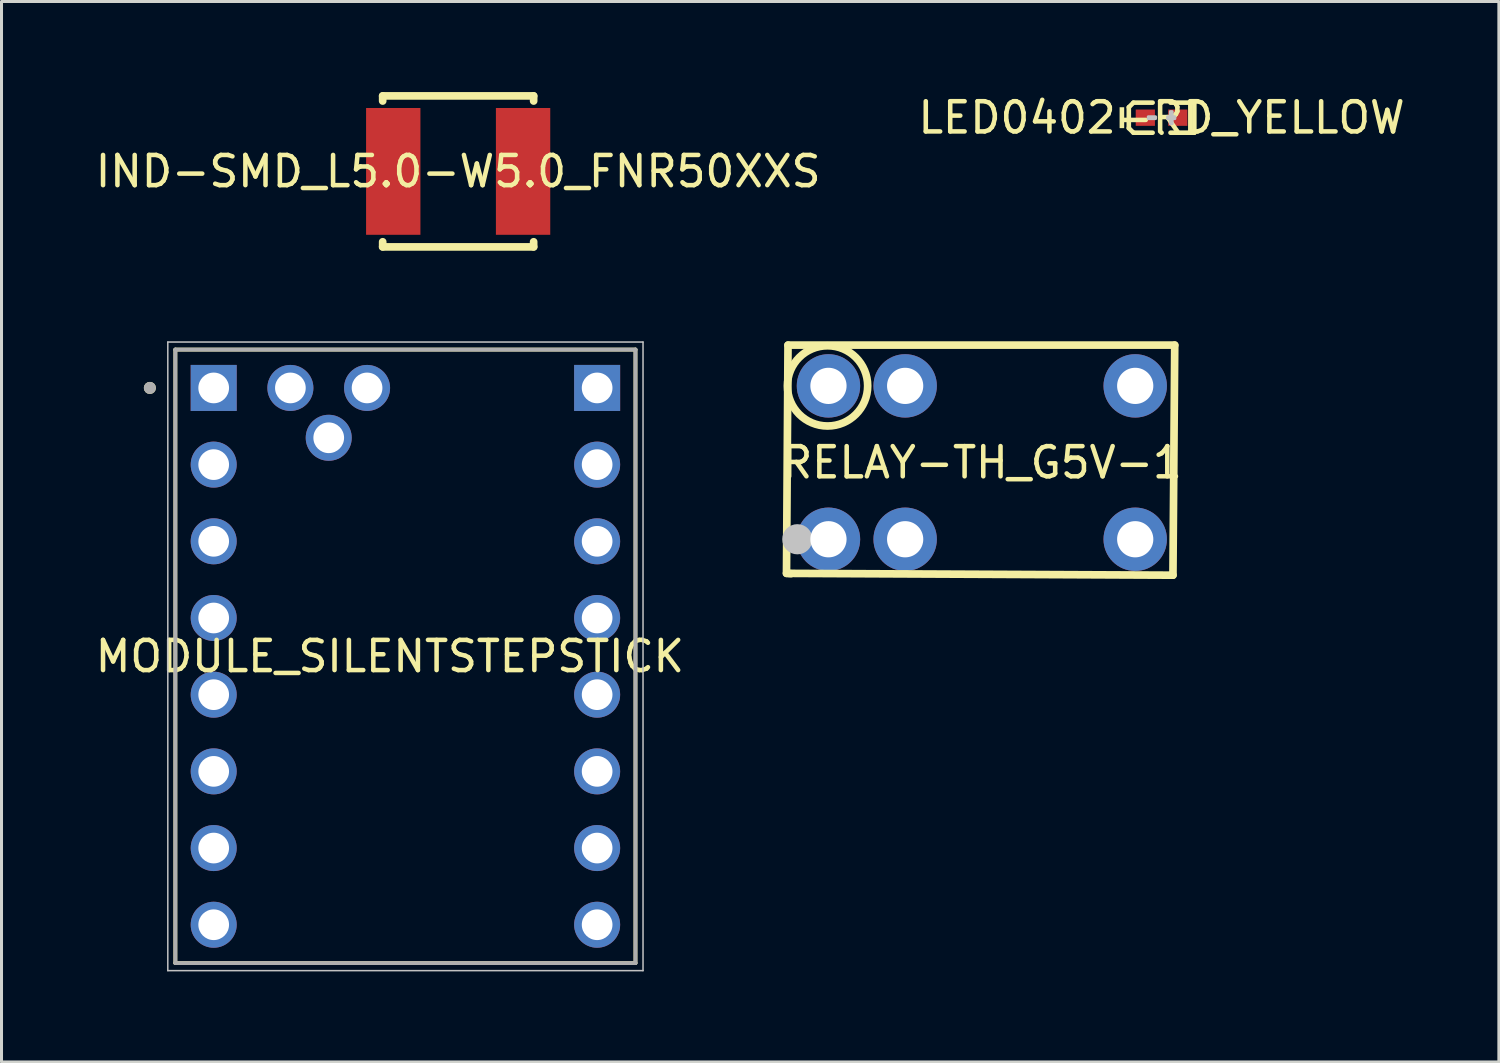
<source format=kicad_pcb>
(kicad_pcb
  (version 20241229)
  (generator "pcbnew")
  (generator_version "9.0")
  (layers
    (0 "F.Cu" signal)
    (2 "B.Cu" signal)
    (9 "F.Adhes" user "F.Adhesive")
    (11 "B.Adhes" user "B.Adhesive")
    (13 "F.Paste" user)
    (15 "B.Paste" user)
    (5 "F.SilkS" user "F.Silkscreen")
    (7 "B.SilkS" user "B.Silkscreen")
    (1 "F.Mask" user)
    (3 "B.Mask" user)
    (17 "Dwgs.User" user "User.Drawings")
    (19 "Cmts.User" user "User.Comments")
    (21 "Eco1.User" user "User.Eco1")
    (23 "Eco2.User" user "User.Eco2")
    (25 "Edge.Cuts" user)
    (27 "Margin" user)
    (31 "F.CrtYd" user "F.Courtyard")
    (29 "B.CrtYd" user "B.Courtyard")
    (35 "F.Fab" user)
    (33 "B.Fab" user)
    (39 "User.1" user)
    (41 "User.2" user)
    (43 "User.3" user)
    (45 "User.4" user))
  (footprint "LED0402-RD_YELLOW"
    (layer "F.Cu")
    (at 35.423 0.848)
    (property "Reference" "LED0402-RD_YELLOW" (at 0 0 0) (unlocked yes) (layer "F.SilkS") (effects (font (size 1 1) (thickness 0.15))))
    (fp_line (start -1.085 -0.346) (end -0.932 -0.498) (stroke (width 0.152) (type default)) (layer "F.SilkS"))
    (fp_line (start -1.085 0.346) (end -1.085 -0.346) (stroke (width 0.152) (type default)) (layer "F.SilkS"))
    (fp_line (start -0.932 -0.498) (end -0.296 -0.498) (stroke (width 0.152) (type default)) (layer "F.SilkS"))
    (fp_line (start -0.932 0.498) (end -1.085 0.346) (stroke (width 0.152) (type default)) (layer "F.SilkS"))
    (fp_line (start -0.296 0.498) (end -0.932 0.498) (stroke (width 0.152) (type default)) (layer "F.SilkS"))
    (fp_line (start 0.296 0.498) (end 1.085 0.498) (stroke (width 0.152) (type default)) (layer "F.SilkS"))
    (fp_line (start 1.085 -0.498) (end 0.296 -0.498) (stroke (width 0.152) (type default)) (layer "F.SilkS"))
    (fp_line (start 1.085 0.498) (end 1.085 -0.498) (stroke (width 0.152) (type default)) (layer "F.SilkS"))
    (fp_circle (center 0 -0.498) (end 0.038 -0.498) (stroke (width 0.076) (type default)) (fill no) (layer "F.SilkS"))
    (fp_circle (center 0 0.498) (end 0.038 0.498) (stroke (width 0.076) (type default)) (fill no) (layer "F.SilkS"))
    (fp_poly (pts (xy -1.238 0.346) (xy -1.238 -0.346) (xy -1.39 -0.346) (xy -1.39 0.346)) (stroke (width 0) (type default)) (fill yes) (layer "F.SilkS"))
    (fp_poly (pts (xy -0.198 0.23) (xy -0.198 -0.23) (xy -0.238 -0.27) (xy -0.817 -0.27) (xy -0.857 -0.23) (xy -0.857 0.23) (xy -0.817 0.27) (xy -0.238 0.27)) (stroke (width 0) (type default)) (fill yes) (layer "F.Paste"))
    (fp_poly (pts (xy 0.198 0.23) (xy 0.198 -0.23) (xy 0.238 -0.27) (xy 0.817 -0.27) (xy 0.857 -0.23) (xy 0.857 0.23) (xy 0.817 0.27) (xy 0.238 0.27)) (stroke (width 0) (type default)) (fill yes) (layer "F.Paste"))
    (fp_poly (pts (xy -0.44 0.03) (xy -0.44 -0.03) (xy -0.2 -0.03) (xy -0.2 0.03)) (stroke (width 0.1) (type default)) (fill no) (layer "Dwgs.User"))
    (fp_poly (pts (xy 0.35 0.2) (xy 0.35 -0.2) (xy 0.29 -0.2) (xy 0.29 0.2)) (stroke (width 0.1) (type default)) (fill no) (layer "Dwgs.User"))
    (fp_poly (pts (xy 0.44 0.03) (xy 0.44 -0.03) (xy 0.2 -0.03) (xy 0.2 0.03)) (stroke (width 0.1) (type default)) (fill no) (layer "Dwgs.User"))
    (fp_poly (pts (xy -0.5 0.25) (xy -0.5 -0.25) (xy -0.3 -0.25) (xy -0.3 0.25)) (stroke (width 0.1) (type default)) (fill no) (layer "User.1"))
    (fp_poly (pts (xy 0.5 0.25) (xy 0.5 -0.25) (xy 0.3 -0.25) (xy 0.3 0.25)) (stroke (width 0.1) (type default)) (fill no) (layer "User.1"))
    (fp_line (start -0.5 -0.25) (end 0.5 -0.25) (stroke (width 0.051) (type default)) (layer "User.2"))
    (fp_line (start -0.5 0.25) (end -0.5 -0.25) (stroke (width 0.051) (type default)) (layer "User.2"))
    (fp_line (start 0.5 -0.25) (end 0.5 0.25) (stroke (width 0.051) (type default)) (layer "User.2"))
    (fp_line (start 0.5 0.25) (end -0.5 0.25) (stroke (width 0.051) (type default)) (layer "User.2"))
    (fp_poly (pts (xy -0.44 0.25) (xy -0.458 0.208) (xy -0.5 0.19) (xy -0.542 0.208) (xy -0.56 0.25) (xy -0.542 0.292) (xy -0.5 0.31) (xy -0.458 0.292)) (stroke (width 0.1) (type default)) (fill no) (layer "User.3"))
    (pad "1" smd rect (at -0.538 0) (size 0.636 0.54) (layers "F.Cu" "F.Mask" "F.Paste"))
    (pad "2" smd rect (at 0.538 0) (size 0.636 0.54) (layers "F.Cu" "F.Mask" "F.Paste")))
  (footprint "IND-SMD_L5.0-W5.0_FNR50XXS"
    (layer "F.Cu")
    (at 12.125 2.627)
    (property "Reference" "IND-SMD_L5.0-W5.0_FNR50XXS" (at 0 0 0) (unlocked yes) (layer "F.SilkS") (effects (font (size 1 1) (thickness 0.15))))
    (fp_line (start -2.5 -2.5) (end -2.5 -2.331) (stroke (width 0.254) (type default)) (layer "F.SilkS"))
    (fp_line (start -2.5 -2.5) (end 2.5 -2.5) (stroke (width 0.254) (type default)) (layer "F.SilkS"))
    (fp_line (start -2.5 2.331) (end -2.5 2.5) (stroke (width 0.254) (type default)) (layer "F.SilkS"))
    (fp_line (start -2.5 2.5) (end 2.5 2.5) (stroke (width 0.254) (type default)) (layer "F.SilkS"))
    (fp_line (start 2.5 -2.331) (end 2.5 -2.5) (stroke (width 0.254) (type default)) (layer "F.SilkS"))
    (fp_line (start 2.5 2.5) (end 2.5 2.331) (stroke (width 0.254) (type default)) (layer "F.SilkS"))
    (fp_poly (pts (xy -2.5 -2) (xy -1.25 -2) (xy -1.25 2) (xy -2.5 2)) (stroke (width 0.1) (type default)) (fill no) (layer "User.1"))
    (fp_poly (pts (xy 2.5 2) (xy 1.25 2) (xy 1.25 -2) (xy 2.5 -2)) (stroke (width 0.1) (type default)) (fill no) (layer "User.1"))
    (fp_line (start -2.5 -2.5) (end 2.5 -2.5) (stroke (width 0.051) (type default)) (layer "User.2"))
    (fp_line (start -2.5 2.5) (end -2.5 -2.5) (stroke (width 0.051) (type default)) (layer "User.2"))
    (fp_line (start 2.5 -2.5) (end 2.5 2.5) (stroke (width 0.051) (type default)) (layer "User.2"))
    (fp_line (start 2.5 2.5) (end -2.5 2.5) (stroke (width 0.051) (type default)) (layer "User.2"))
    (fp_poly (pts (xy -2.44 2.5) (xy -2.458 2.458) (xy -2.5 2.44) (xy -2.542 2.458) (xy -2.56 2.5) (xy -2.542 2.542) (xy -2.5 2.56) (xy -2.458 2.542)) (stroke (width 0.1) (type default)) (fill no) (layer "User.3"))
    (pad "1" smd rect (at -2.15 0) (size 1.8 4.2) (layers "F.Cu" "F.Mask" "F.Paste"))
    (pad "2" smd rect (at 2.15 0) (size 1.8 4.2) (layers "F.Cu" "F.Mask" "F.Paste")))
  (footprint "RELAY-TH_G5V-1"
    (layer "F.Cu")
    (at 29.47 12.271)
    (property "Reference" "RELAY-TH_G5V-1" (at 0 0 0) (unlocked yes) (layer "F.SilkS") (effects (font (size 1 1) (thickness 0.15))))
    (fp_line (start -6.47 3.67) (end -6.42 -3.89) (stroke (width 0.254) (type default)) (layer "F.SilkS"))
    (fp_line (start -6.42 -3.89) (end 6.389 -3.89) (stroke (width 0.254) (type default)) (layer "F.SilkS"))
    (fp_line (start -6.32 3.68) (end -6.47 3.67) (stroke (width 0.254) (type default)) (layer "F.SilkS"))
    (fp_line (start 6.33 3.73) (end -6.4 3.67) (stroke (width 0.254) (type default)) (layer "F.SilkS"))
    (fp_line (start 6.389 -3.89) (end 6.33 3.73) (stroke (width 0.254) (type default)) (layer "F.SilkS"))
    (fp_circle (center -5.11 -2.54) (end -3.781 -2.54) (stroke (width 0.254) (type default)) (fill no) (layer "F.SilkS"))
    (fp_circle (center -6.11 2.54) (end -5.86 2.54) (stroke (width 0.5) (type default)) (fill no) (layer "Dwgs.User"))
    (fp_poly (pts (xy -4.83 -2.29) (xy -5.33 -2.29) (xy -5.33 -2.79) (xy -4.83 -2.79)) (stroke (width 0.1) (type default)) (fill no) (layer "User.1"))
    (fp_poly (pts (xy -4.83 2.79) (xy -5.33 2.79) (xy -5.33 2.29) (xy -4.83 2.29)) (stroke (width 0.1) (type default)) (fill no) (layer "User.1"))
    (fp_poly (pts (xy -2.39 -2.79) (xy -2.39 -2.29) (xy -2.69 -2.29) (xy -2.69 -2.79)) (stroke (width 0.1) (type default)) (fill no) (layer "User.1"))
    (fp_poly (pts (xy -2.39 2.29) (xy -2.39 2.79) (xy -2.69 2.79) (xy -2.69 2.29)) (stroke (width 0.1) (type default)) (fill no) (layer "User.1"))
    (fp_poly (pts (xy 5.23 -2.79) (xy 5.23 -2.29) (xy 4.93 -2.29) (xy 4.93 -2.79)) (stroke (width 0.1) (type default)) (fill no) (layer "User.1"))
    (fp_poly (pts (xy 5.23 2.29) (xy 5.23 2.79) (xy 4.93 2.79) (xy 4.93 2.29)) (stroke (width 0.1) (type default)) (fill no) (layer "User.1"))
    (fp_line (start -6.27 -3.85) (end 6.23 -3.85) (stroke (width 0.051) (type default)) (layer "User.2"))
    (fp_line (start -6.27 3.65) (end -6.27 -3.85) (stroke (width 0.051) (type default)) (layer "User.2"))
    (fp_line (start 6.23 -3.85) (end 6.23 3.65) (stroke (width 0.051) (type default)) (layer "User.2"))
    (fp_line (start 6.23 3.65) (end -6.27 3.65) (stroke (width 0.051) (type default)) (layer "User.2"))
    (fp_poly (pts (xy -6.21 3.65) (xy -6.228 3.608) (xy -6.27 3.59) (xy -6.312 3.608) (xy -6.33 3.65) (xy -6.312 3.692) (xy -6.27 3.71) (xy -6.228 3.692)) (stroke (width 0.1) (type default)) (fill no) (layer "User.3"))
    (pad "1" thru_hole circle (at -5.08 2.54 180) (size 2.1 2.1) (drill 1.2) (layers "*.Cu" "*.Mask"))
    (pad "2" thru_hole circle (at -2.54 2.54 180) (size 2.1 2.1) (drill 1.2) (layers "*.Cu" "*.Mask"))
    (pad "5" thru_hole circle (at 5.08 2.54 90) (size 2.1 2.1) (drill 1.2) (layers "*.Cu" "*.Mask"))
    (pad "6" thru_hole circle (at 5.08 -2.54 90) (size 2.1 2.1) (drill 1.2) (layers "*.Cu" "*.Mask"))
    (pad "9" thru_hole circle (at -2.54 -2.54 180) (size 2.1 2.1) (drill 1.2) (layers "*.Cu" "*.Mask"))
    (pad "10" thru_hole circle (at -5.08 -2.54 180) (size 2.1 2.1) (drill 1.2) (layers "*.Cu" "*.Mask")))
  (footprint "MODULE_SILENTSTEPSTICK"
    (layer "F.Cu")
    (at 9.863 18.689)
    (property "Reference" "MODULE_SILENTSTEPSTICK" (at 0 0 0) (unlocked yes) (layer "F.SilkS") (effects (font (size 1 1) (thickness 0.15))))
    (fp_line (start -7.105 -10.16) (end -7.105 10.16) (stroke (width 0.127) (type default)) (layer "F.SilkS"))
    (fp_line (start -7.105 10.16) (end 8.135 10.16) (stroke (width 0.127) (type default)) (layer "F.SilkS"))
    (fp_line (start 8.135 -10.16) (end -7.105 -10.16) (stroke (width 0.127) (type default)) (layer "F.SilkS"))
    (fp_line (start 8.135 10.16) (end 8.135 -10.16) (stroke (width 0.127) (type default)) (layer "F.SilkS"))
    (fp_circle (center -7.949 -8.89) (end -7.849 -8.89) (stroke (width 0.2) (type default)) (fill no) (layer "F.SilkS"))
    (fp_line (start -7.355 10.41) (end -7.355 -10.41) (stroke (width 0.05) (type default)) (layer "Dwgs.User"))
    (fp_line (start 8.385 -10.41) (end -7.355 -10.41) (stroke (width 0.05) (type default)) (layer "Dwgs.User"))
    (fp_line (start 8.385 10.41) (end -7.355 10.41) (stroke (width 0.05) (type default)) (layer "Dwgs.User"))
    (fp_line (start 8.385 10.41) (end 8.385 -10.41) (stroke (width 0.05) (type default)) (layer "Dwgs.User"))
    (fp_line (start -7.105 -10.16) (end -7.105 10.16) (stroke (width 0.127) (type default)) (layer "F.Fab"))
    (fp_line (start -7.105 10.16) (end 8.135 10.16) (stroke (width 0.127) (type default)) (layer "F.Fab"))
    (fp_line (start 8.135 -10.16) (end -7.105 -10.16) (stroke (width 0.127) (type default)) (layer "F.Fab"))
    (fp_line (start 8.135 10.16) (end 8.135 -10.16) (stroke (width 0.127) (type default)) (layer "F.Fab"))
    (fp_circle (center -7.949 -8.89) (end -7.849 -8.89) (stroke (width 0.2) (type default)) (fill no) (layer "F.Fab"))
    (pad "1" thru_hole rect (at -5.835 -8.89 180) (size 1.524 1.524) (drill 1.016) (layers "*.Cu" "*.Mask"))
    (pad "2" thru_hole circle (at -5.835 -6.35 180) (size 1.524 1.524) (drill 1.016) (layers "*.Cu" "*.Mask"))
    (pad "3" thru_hole circle (at -5.835 -3.81 180) (size 1.524 1.524) (drill 1.016) (layers "*.Cu" "*.Mask"))
    (pad "4" thru_hole circle (at -5.835 -1.27 180) (size 1.524 1.524) (drill 1.016) (layers "*.Cu" "*.Mask"))
    (pad "5" thru_hole circle (at -5.835 1.27 180) (size 1.524 1.524) (drill 1.016) (layers "*.Cu" "*.Mask"))
    (pad "6" thru_hole circle (at -5.835 3.81 180) (size 1.524 1.524) (drill 1.016) (layers "*.Cu" "*.Mask"))
    (pad "7" thru_hole circle (at -5.835 6.35 180) (size 1.524 1.524) (drill 1.016) (layers "*.Cu" "*.Mask"))
    (pad "8" thru_hole circle (at -5.835 8.89 180) (size 1.524 1.524) (drill 1.016) (layers "*.Cu" "*.Mask"))
    (pad "9" thru_hole rect (at 6.865 -8.89 180) (size 1.524 1.524) (drill 1.016) (layers "*.Cu" "*.Mask"))
    (pad "10" thru_hole circle (at 6.865 -6.35 180) (size 1.524 1.524) (drill 1.016) (layers "*.Cu" "*.Mask"))
    (pad "11" thru_hole circle (at 6.865 -3.81 180) (size 1.524 1.524) (drill 1.016) (layers "*.Cu" "*.Mask"))
    (pad "12" thru_hole circle (at 6.865 -1.27 180) (size 1.524 1.524) (drill 1.016) (layers "*.Cu" "*.Mask"))
    (pad "13" thru_hole circle (at 6.865 1.27 180) (size 1.524 1.524) (drill 1.016) (layers "*.Cu" "*.Mask"))
    (pad "14" thru_hole circle (at 6.865 3.81 180) (size 1.524 1.524) (drill 1.016) (layers "*.Cu" "*.Mask"))
    (pad "15" thru_hole circle (at 6.865 6.35 180) (size 1.524 1.524) (drill 1.016) (layers "*.Cu" "*.Mask"))
    (pad "16" thru_hole circle (at 6.865 8.89 180) (size 1.524 1.524) (drill 1.016) (layers "*.Cu" "*.Mask"))
    (pad "17" thru_hole circle (at -3.295 -8.89 180) (size 1.524 1.524) (drill 1.016) (layers "*.Cu" "*.Mask"))
    (pad "18" thru_hole circle (at -0.755 -8.89 180) (size 1.524 1.524) (drill 1.016) (layers "*.Cu" "*.Mask"))
    (pad "19" thru_hole circle (at -2.025 -7.239 180) (size 1.524 1.524) (drill 1.016) (layers "*.Cu" "*.Mask")))
  (gr_rect
    (start -3 -3)
    (end 46.595 32.124)
    (stroke (width 0.1) (type default))
    (fill no)
    (layer "Edge.Cuts")))
</source>
